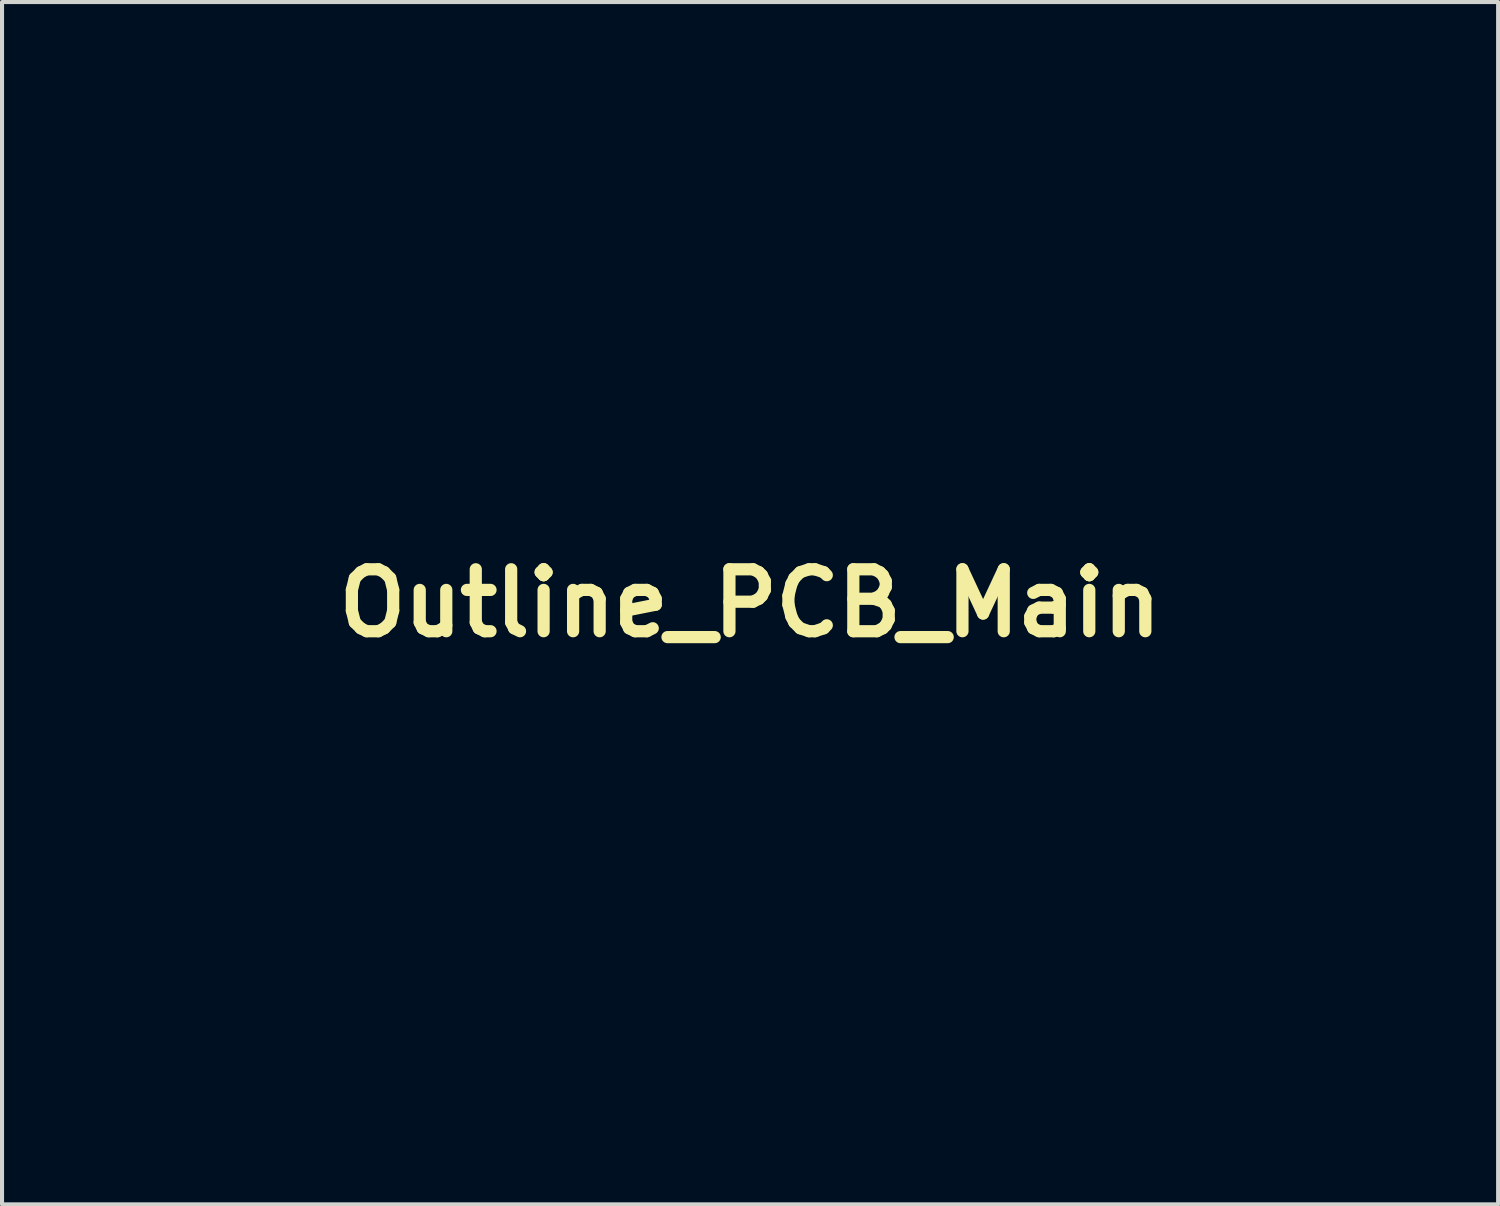
<source format=kicad_pcb>
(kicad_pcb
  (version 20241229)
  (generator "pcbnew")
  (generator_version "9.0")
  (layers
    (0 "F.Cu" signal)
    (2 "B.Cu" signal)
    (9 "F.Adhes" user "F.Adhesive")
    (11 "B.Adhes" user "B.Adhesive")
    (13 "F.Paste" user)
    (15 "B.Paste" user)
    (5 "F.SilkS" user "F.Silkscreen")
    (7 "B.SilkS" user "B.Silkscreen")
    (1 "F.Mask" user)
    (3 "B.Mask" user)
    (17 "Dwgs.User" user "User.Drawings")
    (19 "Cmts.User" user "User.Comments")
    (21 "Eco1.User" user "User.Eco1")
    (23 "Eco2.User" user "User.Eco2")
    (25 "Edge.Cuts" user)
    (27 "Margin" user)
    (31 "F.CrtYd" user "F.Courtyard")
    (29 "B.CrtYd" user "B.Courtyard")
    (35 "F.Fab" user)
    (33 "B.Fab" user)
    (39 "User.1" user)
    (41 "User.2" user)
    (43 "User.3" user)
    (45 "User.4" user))
  (footprint "Outline_PCB_Main"
    (layer "F.Cu")
    (at 15.405 11.791)
    (property "Reference" "Outline_PCB_Main" (at 0 0 0) (layer "F.SilkS") (effects (font (size 1.524 1.524) (thickness 0.3))))
    (attr through_hole)
    (fp_poly (pts (xy 0.753 -11.786) (xy 1.477 -11.786) (xy 2.161 -11.786) (xy 2.808 -11.786) (xy 3.418 -11.786) (xy 3.992 -11.786) (xy 4.532 -11.786) (xy 5.038 -11.786) (xy 5.512 -11.785) (xy 5.954 -11.785) (xy 6.366 -11.785) (xy 6.748 -11.785) (xy 7.103 -11.784) (xy 7.43 -11.784) (xy 7.731 -11.783) (xy 8.007 -11.783) (xy 8.26 -11.782) (xy 8.489 -11.781) (xy 8.697 -11.78) (xy 8.884 -11.779) (xy 9.051 -11.779) (xy 9.2 -11.777) (xy 9.332 -11.776) (xy 9.447 -11.775) (xy 9.546 -11.774) (xy 9.632 -11.772) (xy 9.704 -11.771) (xy 9.764 -11.769) (xy 9.813 -11.767) (xy 9.852 -11.765) (xy 9.883 -11.763) (xy 9.905 -11.761) (xy 9.921 -11.759) (xy 9.931 -11.756) (xy 9.936 -11.754) (xy 9.938 -11.751) (xy 9.938 -11.75) (xy 9.938 -11.666) (xy 9.937 -11.546) (xy 9.937 -11.394) (xy 9.937 -11.213) (xy 9.937 -11.004) (xy 9.938 -10.77) (xy 9.938 -10.514) (xy 9.938 -10.238) (xy 9.938 -9.945) (xy 9.939 -9.638) (xy 9.939 -9.319) (xy 9.94 -8.99) (xy 9.941 -8.654) (xy 9.941 -8.313) (xy 9.942 -7.971) (xy 9.943 -7.629) (xy 9.943 -7.29) (xy 9.944 -6.957) (xy 9.945 -6.632) (xy 9.946 -6.318) (xy 9.947 -6.017) (xy 9.947 -5.732) (xy 9.948 -5.465) (xy 9.949 -5.22) (xy 9.95 -4.997) (xy 9.951 -4.801) (xy 9.951 -4.633) (xy 9.952 -4.496) (xy 9.953 -4.392) (xy 9.953 -4.325) (xy 9.954 -4.297) (xy 9.962 -4.148) (xy 15.4 -4.148) (xy 15.4 11.786) (xy -15.4 11.786) (xy -15.4 6.69) (xy -13.616 6.69) (xy -13.616 6.755) (xy -13.607 6.829) (xy -13.593 6.916) (xy -13.536 7.124) (xy -13.445 7.312) (xy -13.322 7.477) (xy -13.168 7.617) (xy -12.987 7.728) (xy -12.876 7.776) (xy -12.78 7.809) (xy -12.7 7.829) (xy -12.618 7.839) (xy -12.516 7.842) (xy -12.505 7.842) (xy -12.403 7.841) (xy -12.324 7.833) (xy -12.248 7.817) (xy -12.159 7.788) (xy -12.122 7.775) (xy -11.923 7.682) (xy -11.752 7.56) (xy -11.611 7.411) (xy -11.501 7.236) (xy -11.425 7.038) (xy -11.396 6.915) (xy -11.377 6.791) (xy -11.371 6.7) (xy -11.376 6.65) (xy -11.389 6.603) (xy -11.394 6.575) (xy -11.412 6.438) (xy -11.464 6.292) (xy -11.543 6.144) (xy -11.645 6.005) (xy -11.766 5.881) (xy -11.79 5.861) (xy -11.967 5.74) (xy -12.062 5.698) (xy -6.509 5.698) (xy -6.509 7.751) (xy -5.765 8.496) (xy -5.021 9.24) (xy 4.866 9.24) (xy 4.866 6.692) (xy 11.36 6.692) (xy 11.361 6.754) (xy 11.369 6.825) (xy 11.386 6.919) (xy 11.386 6.919) (xy 11.444 7.128) (xy 11.538 7.317) (xy 11.664 7.483) (xy 11.819 7.623) (xy 12.001 7.733) (xy 12.098 7.776) (xy 12.188 7.808) (xy 12.262 7.827) (xy 12.339 7.838) (xy 12.434 7.842) (xy 12.473 7.842) (xy 12.576 7.841) (xy 12.655 7.835) (xy 12.727 7.821) (xy 12.808 7.795) (xy 12.853 7.779) (xy 12.992 7.721) (xy 13.104 7.657) (xy 13.202 7.579) (xy 13.204 7.577) (xy 13.243 7.543) (xy 13.292 7.5) (xy 13.298 7.495) (xy 13.336 7.453) (xy 13.384 7.388) (xy 13.435 7.309) (xy 13.453 7.279) (xy 13.509 7.172) (xy 13.546 7.074) (xy 13.574 6.963) (xy 13.581 6.927) (xy 13.597 6.834) (xy 13.604 6.764) (xy 13.604 6.699) (xy 13.595 6.623) (xy 13.582 6.541) (xy 13.559 6.433) (xy 13.532 6.336) (xy 13.504 6.265) (xy 13.499 6.257) (xy 13.459 6.185) (xy 13.419 6.112) (xy 13.409 6.095) (xy 13.376 6.049) (xy 13.32 5.986) (xy 13.25 5.918) (xy 13.206 5.879) (xy 13.117 5.806) (xy 13.041 5.754) (xy 12.961 5.713) (xy 12.863 5.674) (xy 12.859 5.672) (xy 12.651 5.617) (xy 12.445 5.603) (xy 12.243 5.629) (xy 12.048 5.695) (xy 11.862 5.8) (xy 11.765 5.874) (xy 11.618 6.018) (xy 11.507 6.176) (xy 11.429 6.355) (xy 11.385 6.529) (xy 11.368 6.623) (xy 11.36 6.692) (xy 4.866 6.692) (xy 4.866 4.209) (xy -5.02 4.209) (xy -5.765 4.954) (xy -6.509 5.698) (xy -12.062 5.698) (xy -12.156 5.657) (xy -12.352 5.611) (xy -12.551 5.604) (xy -12.75 5.634) (xy -12.944 5.703) (xy -13.129 5.81) (xy -13.211 5.872) (xy -13.361 6.019) (xy -13.475 6.182) (xy -13.554 6.365) (xy -13.593 6.526) (xy -13.609 6.619) (xy -13.616 6.69) (xy -15.4 6.69) (xy -15.4 -0.554) (xy -12.3 -0.554) (xy -12.3 1.129) (xy -11.704 1.129) (xy -6.797 1.129) (xy -6.224 1.129) (xy -6.211 1.042) (xy -6.209 1.002) (xy -6.206 0.925) (xy -6.205 0.819) (xy -6.204 0.687) (xy -6.204 0.535) (xy -6.204 0.368) (xy -6.205 0.205) (xy -6.211 -0.544) (xy -6.504 -0.55) (xy -6.797 -0.556) (xy -6.797 1.129) (xy -11.704 1.129) (xy -11.704 -0.554) (xy -12.3 -0.554) (xy -15.4 -0.554) (xy -15.4 -2.546) (xy -14.681 -2.546) (xy -14.681 -0.862) (xy -14.107 -0.862) (xy -14.107 -2.5) (xy -8.591 -2.5) (xy -8.59 -2.472) (xy -8.589 -2.408) (xy -8.589 -2.312) (xy -8.588 -2.188) (xy -8.587 -2.043) (xy -8.586 -1.88) (xy -8.586 -1.703) (xy -8.586 -1.663) (xy -8.583 -0.862) (xy -8.008 -0.862) (xy -8.008 -2.546) (xy -3.101 -2.546) (xy -3.101 -0.862) (xy -2.505 -0.862) (xy -2.505 -1.183) (xy -1.581 -1.183) (xy -1.58 -1.077) (xy -1.573 -0.991) (xy -1.56 -0.911) (xy -1.537 -0.819) (xy -1.51 -0.727) (xy -1.477 -0.627) (xy -1.442 -0.535) (xy -1.409 -0.463) (xy -1.387 -0.424) (xy -1.354 -0.376) (xy -1.336 -0.34) (xy -1.335 -0.333) (xy -1.322 -0.307) (xy -1.318 -0.305) (xy -1.298 -0.285) (xy -1.264 -0.242) (xy -1.235 -0.2) (xy -1.191 -0.147) (xy -1.124 -0.078) (xy -1.044 -0.005) (xy -0.978 0.051) (xy -0.877 0.128) (xy -0.79 0.186) (xy -0.701 0.233) (xy -0.595 0.278) (xy -0.573 0.286) (xy -0.475 0.321) (xy -0.383 0.348) (xy -0.287 0.369) (xy -0.178 0.385) (xy -0.045 0.398) (xy 0.082 0.407) (xy 0.113 0.403) (xy 0.175 0.391) (xy 0.259 0.373) (xy 0.349 0.352) (xy 0.596 0.273) (xy 0.82 0.16) (xy 1.019 0.014) (xy 1.192 -0.163) (xy 1.338 -0.37) (xy 1.411 -0.505) (xy 1.461 -0.616) (xy 1.496 -0.706) (xy 1.521 -0.791) (xy 1.54 -0.889) (xy 1.55 -0.952) (xy 1.564 -1.056) (xy 1.571 -1.136) (xy 1.571 -1.208) (xy 1.564 -1.288) (xy 1.55 -1.39) (xy 1.548 -1.404) (xy 1.493 -1.648) (xy 1.406 -1.87) (xy 1.283 -2.074) (xy 1.156 -2.232) (xy 1.084 -2.306) (xy 1.005 -2.38) (xy 0.927 -2.446) (xy 0.856 -2.5) (xy 0.8 -2.535) (xy 0.769 -2.546) (xy 0.747 -2.556) (xy 0.703 -2.582) (xy 0.673 -2.6) (xy 0.609 -2.632) (xy 0.517 -2.665) (xy 0.408 -2.696) (xy 0.37 -2.705) (xy 0.268 -2.727) (xy 0.184 -2.741) (xy 0.103 -2.747) (xy 0.01 -2.747) (xy -0.096 -2.743) (xy -0.209 -2.736) (xy -0.295 -2.727) (xy -0.368 -2.713) (xy -0.444 -2.691) (xy -0.537 -2.657) (xy -0.566 -2.646) (xy -0.798 -2.534) (xy -1.004 -2.392) (xy -1.183 -2.22) (xy -1.332 -2.022) (xy -1.449 -1.798) (xy -1.508 -1.638) (xy -1.541 -1.528) (xy -1.562 -1.442) (xy -1.574 -1.364) (xy -1.58 -1.279) (xy -1.581 -1.183) (xy -2.505 -1.183) (xy -2.505 -2.546) (xy -3.101 -2.546) (xy -8.008 -2.546) (xy -8.008 -2.547) (xy -8.301 -2.542) (xy -8.416 -2.539) (xy -8.497 -2.536) (xy -8.548 -2.531) (xy -8.577 -2.523) (xy -8.589 -2.513) (xy -8.591 -2.5) (xy -14.107 -2.5) (xy -14.107 -2.546) (xy -14.681 -2.546) (xy -15.4 -2.546) (xy -15.4 -4.148) (xy -9.959 -4.148) (xy -9.959 -11.786) (xy -0.01 -11.786) (xy 0.753 -11.786)) (stroke (width 0.01) (type solid)) (fill no) (layer "Eco1.User")))
  (gr_rect
    (start -3 -3)
    (end 33.81 26.583)
    (stroke (width 0.1) (type default))
    (fill no)
    (layer "Edge.Cuts")))
</source>
